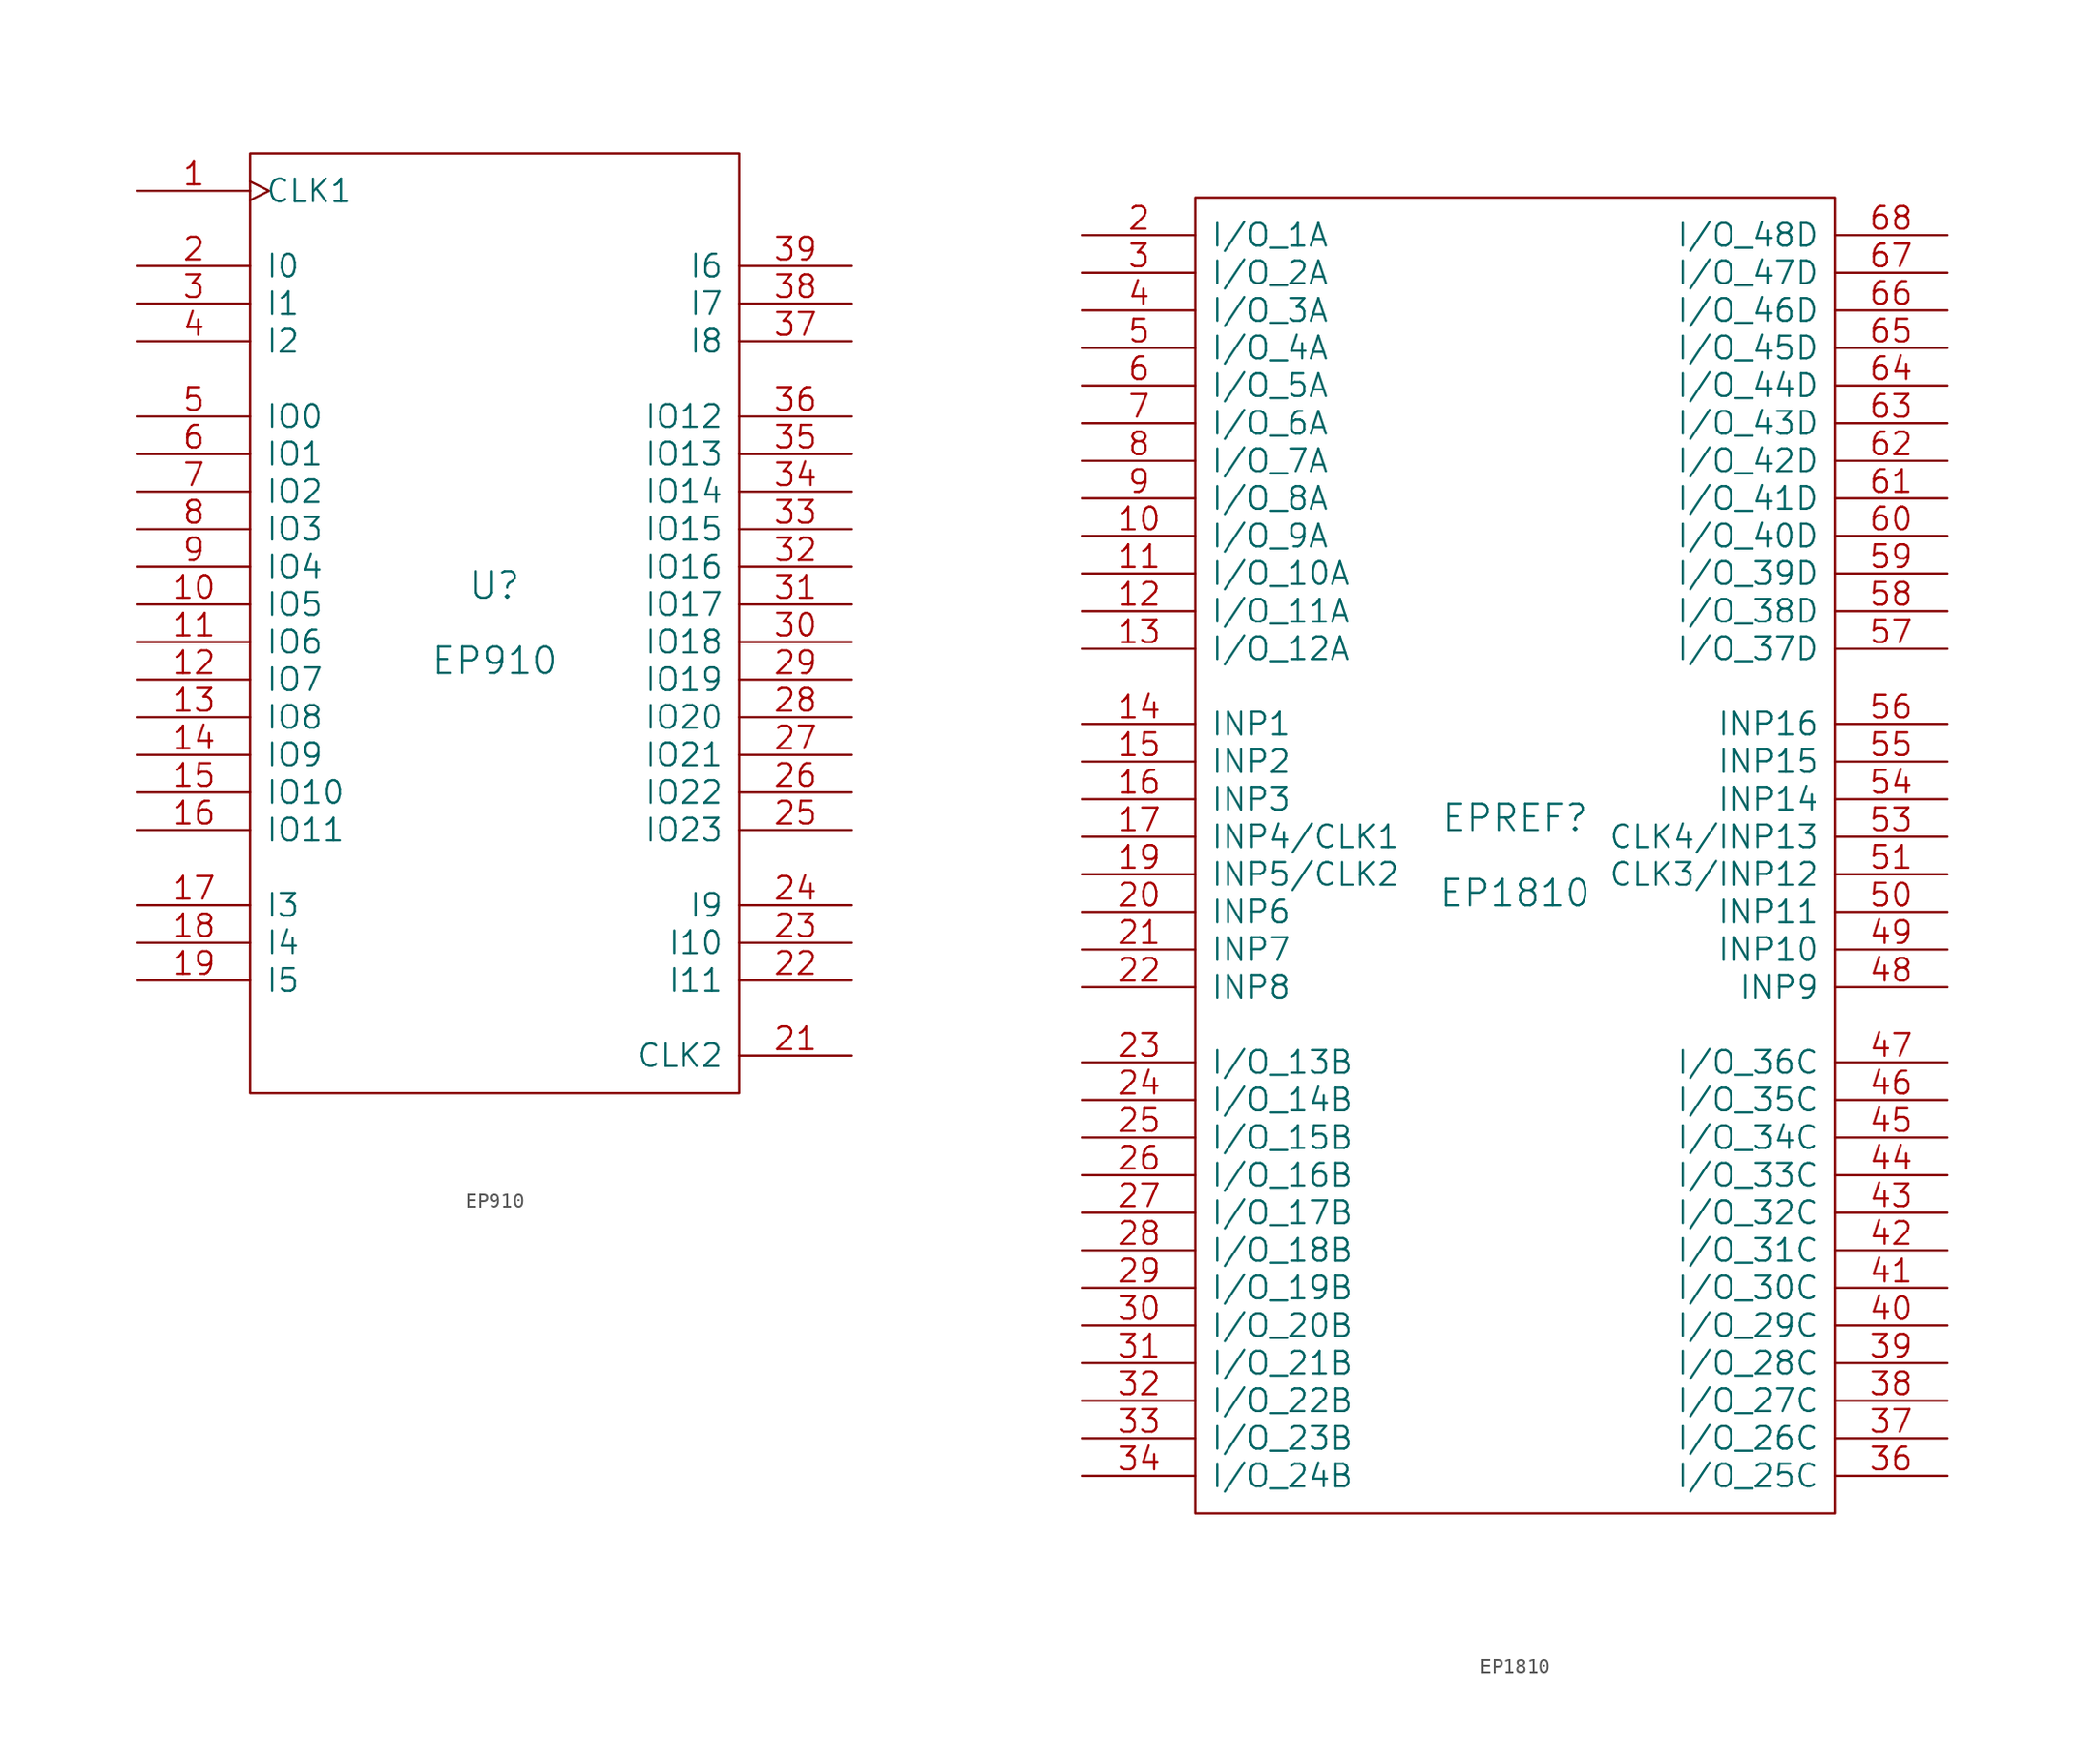
<source format=kicad_sym>
(kicad_symbol_lib
  (version 20211014)
  (generator kicad_symbol_editor)
  (symbol "EP910"
    (pin_names
      (offset 1.016))
    (property "Reference" "U"
      (at 0 2.54 0)
      (effects (font (size 1.778 1.778))))
    (property "Value" "EP910"
      (at 0 -2.54 0)
      (effects (font (size 1.778 1.778))))
    (property "Footprint" ""
      (at 0 0 0)
      (effects (font (size 1.524 1.524))))
    (property "Datasheet" ""
      (at 0 0 0)
      (effects (font (size 1.524 1.524))))
    (symbol "EP910_0_1"
      (rectangle (start -16.51 -31.75) (end 16.51 31.75) (stroke (width 0) (type default) (color 0 0 0 0)) (fill (type none))))
    (symbol "EP910_1_1"
      (pin input clock (at -24.13 29.21 0) (length 7.62) (name "CLK1" (effects (font (size 1.524 1.524)))) (number "1" (effects (font (size 1.524 1.524)))))
      (pin input line (at -24.13 1.27 0) (length 7.62) (name "IO5" (effects (font (size 1.524 1.524)))) (number "10" (effects (font (size 1.524 1.524)))))
      (pin input line (at -24.13 -1.27 0) (length 7.62) (name "IO6" (effects (font (size 1.524 1.524)))) (number "11" (effects (font (size 1.524 1.524)))))
      (pin input line (at -24.13 -3.81 0) (length 7.62) (name "IO7" (effects (font (size 1.524 1.524)))) (number "12" (effects (font (size 1.524 1.524)))))
      (pin input line (at -24.13 -6.35 0) (length 7.62) (name "IO8" (effects (font (size 1.524 1.524)))) (number "13" (effects (font (size 1.524 1.524)))))
      (pin input line (at -24.13 -8.89 0) (length 7.62) (name "IO9" (effects (font (size 1.524 1.524)))) (number "14" (effects (font (size 1.524 1.524)))))
      (pin input line (at -24.13 -11.43 0) (length 7.62) (name "IO10" (effects (font (size 1.524 1.524)))) (number "15" (effects (font (size 1.524 1.524)))))
      (pin input line (at -24.13 -13.97 0) (length 7.62) (name "IO11" (effects (font (size 1.524 1.524)))) (number "16" (effects (font (size 1.524 1.524)))))
      (pin input line (at -24.13 -19.05 0) (length 7.62) (name "I3" (effects (font (size 1.524 1.524)))) (number "17" (effects (font (size 1.524 1.524)))))
      (pin input line (at -24.13 -21.59 0) (length 7.62) (name "I4" (effects (font (size 1.524 1.524)))) (number "18" (effects (font (size 1.524 1.524)))))
      (pin input line (at -24.13 -24.13 0) (length 7.62) (name "I5" (effects (font (size 1.524 1.524)))) (number "19" (effects (font (size 1.524 1.524)))))
      (pin input line (at -24.13 24.13 0) (length 7.62) (name "I0" (effects (font (size 1.524 1.524)))) (number "2" (effects (font (size 1.524 1.524)))))
      (pin power_in line (at -16.51 -29.21 90) (length 0) hide (name "GND" (effects (font (size 1.524 1.524)))) (number "20" (effects (font (size 1.524 1.524)))))
      (pin input line (at 24.13 -29.21 180) (length 7.62) (name "CLK2" (effects (font (size 1.524 1.524)))) (number "21" (effects (font (size 1.524 1.524)))))
      (pin input line (at 24.13 -24.13 180) (length 7.62) (name "I11" (effects (font (size 1.524 1.524)))) (number "22" (effects (font (size 1.524 1.524)))))
      (pin input line (at 24.13 -21.59 180) (length 7.62) (name "I10" (effects (font (size 1.524 1.524)))) (number "23" (effects (font (size 1.524 1.524)))))
      (pin input line (at 24.13 -19.05 180) (length 7.62) (name "I9" (effects (font (size 1.524 1.524)))) (number "24" (effects (font (size 1.524 1.524)))))
      (pin input line (at 24.13 -13.97 180) (length 7.62) (name "IO23" (effects (font (size 1.524 1.524)))) (number "25" (effects (font (size 1.524 1.524)))))
      (pin input line (at 24.13 -11.43 180) (length 7.62) (name "IO22" (effects (font (size 1.524 1.524)))) (number "26" (effects (font (size 1.524 1.524)))))
      (pin input line (at 24.13 -8.89 180) (length 7.62) (name "IO21" (effects (font (size 1.524 1.524)))) (number "27" (effects (font (size 1.524 1.524)))))
      (pin input line (at 24.13 -6.35 180) (length 7.62) (name "IO20" (effects (font (size 1.524 1.524)))) (number "28" (effects (font (size 1.524 1.524)))))
      (pin input line (at 24.13 -3.81 180) (length 7.62) (name "IO19" (effects (font (size 1.524 1.524)))) (number "29" (effects (font (size 1.524 1.524)))))
      (pin input line (at -24.13 21.59 0) (length 7.62) (name "I1" (effects (font (size 1.524 1.524)))) (number "3" (effects (font (size 1.524 1.524)))))
      (pin input line (at 24.13 -1.27 180) (length 7.62) (name "IO18" (effects (font (size 1.524 1.524)))) (number "30" (effects (font (size 1.524 1.524)))))
      (pin input line (at 24.13 1.27 180) (length 7.62) (name "IO17" (effects (font (size 1.524 1.524)))) (number "31" (effects (font (size 1.524 1.524)))))
      (pin input line (at 24.13 3.81 180) (length 7.62) (name "IO16" (effects (font (size 1.524 1.524)))) (number "32" (effects (font (size 1.524 1.524)))))
      (pin input line (at 24.13 6.35 180) (length 7.62) (name "IO15" (effects (font (size 1.524 1.524)))) (number "33" (effects (font (size 1.524 1.524)))))
      (pin input line (at 24.13 8.89 180) (length 7.62) (name "IO14" (effects (font (size 1.524 1.524)))) (number "34" (effects (font (size 1.524 1.524)))))
      (pin input line (at 24.13 11.43 180) (length 7.62) (name "IO13" (effects (font (size 1.524 1.524)))) (number "35" (effects (font (size 1.524 1.524)))))
      (pin input line (at 24.13 13.97 180) (length 7.62) (name "IO12" (effects (font (size 1.524 1.524)))) (number "36" (effects (font (size 1.524 1.524)))))
      (pin input line (at 24.13 19.05 180) (length 7.62) (name "I8" (effects (font (size 1.524 1.524)))) (number "37" (effects (font (size 1.524 1.524)))))
      (pin input line (at 24.13 21.59 180) (length 7.62) (name "I7" (effects (font (size 1.524 1.524)))) (number "38" (effects (font (size 1.524 1.524)))))
      (pin input line (at 24.13 24.13 180) (length 7.62) (name "I6" (effects (font (size 1.524 1.524)))) (number "39" (effects (font (size 1.524 1.524)))))
      (pin input line (at -24.13 19.05 0) (length 7.62) (name "I2" (effects (font (size 1.524 1.524)))) (number "4" (effects (font (size 1.524 1.524)))))
      (pin power_in line (at 16.51 29.21 90) (length 0) hide (name "VCC" (effects (font (size 1.524 1.524)))) (number "40" (effects (font (size 1.524 1.524)))))
      (pin input line (at -24.13 13.97 0) (length 7.62) (name "IO0" (effects (font (size 1.524 1.524)))) (number "5" (effects (font (size 1.524 1.524)))))
      (pin input line (at -24.13 11.43 0) (length 7.62) (name "IO1" (effects (font (size 1.524 1.524)))) (number "6" (effects (font (size 1.524 1.524)))))
      (pin input line (at -24.13 8.89 0) (length 7.62) (name "IO2" (effects (font (size 1.524 1.524)))) (number "7" (effects (font (size 1.524 1.524)))))
      (pin input line (at -24.13 6.35 0) (length 7.62) (name "IO3" (effects (font (size 1.524 1.524)))) (number "8" (effects (font (size 1.524 1.524)))))
      (pin input line (at -24.13 3.81 0) (length 7.62) (name "IO4" (effects (font (size 1.524 1.524)))) (number "9" (effects (font (size 1.524 1.524)))))))
  (symbol "EP1810"
    (pin_names
      (offset 1.016))
    (property "Reference" "EPREF"
      (at 0 2.54 0)
      (effects (font (size 1.778 1.778))))
    (property "Value" "EP1810"
      (at 0 -2.54 0)
      (effects (font (size 1.778 1.778))))
    (property "Footprint" ""
      (at 0 0 0)
      (effects (font (size 1.524 1.524))))
    (property "Datasheet" ""
      (at 0 0 0)
      (effects (font (size 1.524 1.524))))
    (symbol "EP1810_0_1"
      (rectangle (start -21.59 -44.45) (end 21.59 44.45) (stroke (width 0) (type default) (color 0 0 0 0)) (fill (type none))))
    (symbol "EP1810_1_1"
      (pin power_in line (at -3.81 -44.45 90) (length 0) hide (name "GND" (effects (font (size 1.524 1.524)))) (number "1" (effects (font (size 1.524 1.524)))))
      (pin input line (at -29.21 21.59 0) (length 7.62) (name "I/O_9A" (effects (font (size 1.524 1.524)))) (number "10" (effects (font (size 1.524 1.524)))))
      (pin input line (at -29.21 19.05 0) (length 7.62) (name "I/O_10A" (effects (font (size 1.524 1.524)))) (number "11" (effects (font (size 1.524 1.524)))))
      (pin input line (at -29.21 16.51 0) (length 7.62) (name "I/O_11A" (effects (font (size 1.524 1.524)))) (number "12" (effects (font (size 1.524 1.524)))))
      (pin input line (at -29.21 13.97 0) (length 7.62) (name "I/O_12A" (effects (font (size 1.524 1.524)))) (number "13" (effects (font (size 1.524 1.524)))))
      (pin input line (at -29.21 8.89 0) (length 7.62) (name "INP1" (effects (font (size 1.524 1.524)))) (number "14" (effects (font (size 1.524 1.524)))))
      (pin input line (at -29.21 6.35 0) (length 7.62) (name "INP2" (effects (font (size 1.524 1.524)))) (number "15" (effects (font (size 1.524 1.524)))))
      (pin input line (at -29.21 3.81 0) (length 7.62) (name "INP3" (effects (font (size 1.524 1.524)))) (number "16" (effects (font (size 1.524 1.524)))))
      (pin input line (at -29.21 1.27 0) (length 7.62) (name "INP4/CLK1" (effects (font (size 1.524 1.524)))) (number "17" (effects (font (size 1.524 1.524)))))
      (pin power_in line (at -3.81 44.45 90) (length 0) hide (name "VCC" (effects (font (size 1.524 1.524)))) (number "18" (effects (font (size 1.524 1.524)))))
      (pin input line (at -29.21 -1.27 0) (length 7.62) (name "INP5/CLK2" (effects (font (size 1.524 1.524)))) (number "19" (effects (font (size 1.524 1.524)))))
      (pin input line (at -29.21 41.91 0) (length 7.62) (name "I/O_1A" (effects (font (size 1.524 1.524)))) (number "2" (effects (font (size 1.524 1.524)))))
      (pin input line (at -29.21 -3.81 0) (length 7.62) (name "INP6" (effects (font (size 1.524 1.524)))) (number "20" (effects (font (size 1.524 1.524)))))
      (pin input line (at -29.21 -6.35 0) (length 7.62) (name "INP7" (effects (font (size 1.524 1.524)))) (number "21" (effects (font (size 1.524 1.524)))))
      (pin input line (at -29.21 -8.89 0) (length 7.62) (name "INP8" (effects (font (size 1.524 1.524)))) (number "22" (effects (font (size 1.524 1.524)))))
      (pin input line (at -29.21 -13.97 0) (length 7.62) (name "I/O_13B" (effects (font (size 1.524 1.524)))) (number "23" (effects (font (size 1.524 1.524)))))
      (pin input line (at -29.21 -16.51 0) (length 7.62) (name "I/O_14B" (effects (font (size 1.524 1.524)))) (number "24" (effects (font (size 1.524 1.524)))))
      (pin input line (at -29.21 -19.05 0) (length 7.62) (name "I/O_15B" (effects (font (size 1.524 1.524)))) (number "25" (effects (font (size 1.524 1.524)))))
      (pin input line (at -29.21 -21.59 0) (length 7.62) (name "I/O_16B" (effects (font (size 1.524 1.524)))) (number "26" (effects (font (size 1.524 1.524)))))
      (pin input line (at -29.21 -24.13 0) (length 7.62) (name "I/O_17B" (effects (font (size 1.524 1.524)))) (number "27" (effects (font (size 1.524 1.524)))))
      (pin input line (at -29.21 -26.67 0) (length 7.62) (name "I/O_18B" (effects (font (size 1.524 1.524)))) (number "28" (effects (font (size 1.524 1.524)))))
      (pin input line (at -29.21 -29.21 0) (length 7.62) (name "I/O_19B" (effects (font (size 1.524 1.524)))) (number "29" (effects (font (size 1.524 1.524)))))
      (pin input line (at -29.21 39.37 0) (length 7.62) (name "I/O_2A" (effects (font (size 1.524 1.524)))) (number "3" (effects (font (size 1.524 1.524)))))
      (pin input line (at -29.21 -31.75 0) (length 7.62) (name "I/O_20B" (effects (font (size 1.524 1.524)))) (number "30" (effects (font (size 1.524 1.524)))))
      (pin input line (at -29.21 -34.29 0) (length 7.62) (name "I/O_21B" (effects (font (size 1.524 1.524)))) (number "31" (effects (font (size 1.524 1.524)))))
      (pin input line (at -29.21 -36.83 0) (length 7.62) (name "I/O_22B" (effects (font (size 1.524 1.524)))) (number "32" (effects (font (size 1.524 1.524)))))
      (pin input line (at -29.21 -39.37 0) (length 7.62) (name "I/O_23B" (effects (font (size 1.524 1.524)))) (number "33" (effects (font (size 1.524 1.524)))))
      (pin input line (at -29.21 -41.91 0) (length 7.62) (name "I/O_24B" (effects (font (size 1.524 1.524)))) (number "34" (effects (font (size 1.524 1.524)))))
      (pin power_in line (at -1.27 -44.45 90) (length 0) hide (name "GND" (effects (font (size 1.524 1.524)))) (number "35" (effects (font (size 1.524 1.524)))))
      (pin input line (at 29.21 -41.91 180) (length 7.62) (name "I/O_25C" (effects (font (size 1.524 1.524)))) (number "36" (effects (font (size 1.524 1.524)))))
      (pin input line (at 29.21 -39.37 180) (length 7.62) (name "I/O_26C" (effects (font (size 1.524 1.524)))) (number "37" (effects (font (size 1.524 1.524)))))
      (pin input line (at 29.21 -36.83 180) (length 7.62) (name "I/O_27C" (effects (font (size 1.524 1.524)))) (number "38" (effects (font (size 1.524 1.524)))))
      (pin input line (at 29.21 -34.29 180) (length 7.62) (name "I/O_28C" (effects (font (size 1.524 1.524)))) (number "39" (effects (font (size 1.524 1.524)))))
      (pin input line (at -29.21 36.83 0) (length 7.62) (name "I/O_3A" (effects (font (size 1.524 1.524)))) (number "4" (effects (font (size 1.524 1.524)))))
      (pin input line (at 29.21 -31.75 180) (length 7.62) (name "I/O_29C" (effects (font (size 1.524 1.524)))) (number "40" (effects (font (size 1.524 1.524)))))
      (pin input line (at 29.21 -29.21 180) (length 7.62) (name "I/O_30C" (effects (font (size 1.524 1.524)))) (number "41" (effects (font (size 1.524 1.524)))))
      (pin input line (at 29.21 -26.67 180) (length 7.62) (name "I/O_31C" (effects (font (size 1.524 1.524)))) (number "42" (effects (font (size 1.524 1.524)))))
      (pin input line (at 29.21 -24.13 180) (length 7.62) (name "I/O_32C" (effects (font (size 1.524 1.524)))) (number "43" (effects (font (size 1.524 1.524)))))
      (pin input line (at 29.21 -21.59 180) (length 7.62) (name "I/O_33C" (effects (font (size 1.524 1.524)))) (number "44" (effects (font (size 1.524 1.524)))))
      (pin input line (at 29.21 -19.05 180) (length 7.62) (name "I/O_34C" (effects (font (size 1.524 1.524)))) (number "45" (effects (font (size 1.524 1.524)))))
      (pin input line (at 29.21 -16.51 180) (length 7.62) (name "I/O_35C" (effects (font (size 1.524 1.524)))) (number "46" (effects (font (size 1.524 1.524)))))
      (pin input line (at 29.21 -13.97 180) (length 7.62) (name "I/O_36C" (effects (font (size 1.524 1.524)))) (number "47" (effects (font (size 1.524 1.524)))))
      (pin input line (at 29.21 -8.89 180) (length 7.62) (name "INP9" (effects (font (size 1.524 1.524)))) (number "48" (effects (font (size 1.524 1.524)))))
      (pin input line (at 29.21 -6.35 180) (length 7.62) (name "INP10" (effects (font (size 1.524 1.524)))) (number "49" (effects (font (size 1.524 1.524)))))
      (pin input line (at -29.21 34.29 0) (length 7.62) (name "I/O_4A" (effects (font (size 1.524 1.524)))) (number "5" (effects (font (size 1.524 1.524)))))
      (pin input line (at 29.21 -3.81 180) (length 7.62) (name "INP11" (effects (font (size 1.524 1.524)))) (number "50" (effects (font (size 1.524 1.524)))))
      (pin input line (at 29.21 -1.27 180) (length 7.62) (name "CLK3/INP12" (effects (font (size 1.524 1.524)))) (number "51" (effects (font (size 1.524 1.524)))))
      (pin power_in line (at -1.27 44.45 90) (length 0) hide (name "VCC" (effects (font (size 1.524 1.524)))) (number "52" (effects (font (size 1.524 1.524)))))
      (pin input line (at 29.21 1.27 180) (length 7.62) (name "CLK4/INP13" (effects (font (size 1.524 1.524)))) (number "53" (effects (font (size 1.524 1.524)))))
      (pin input line (at 29.21 3.81 180) (length 7.62) (name "INP14" (effects (font (size 1.524 1.524)))) (number "54" (effects (font (size 1.524 1.524)))))
      (pin input line (at 29.21 6.35 180) (length 7.62) (name "INP15" (effects (font (size 1.524 1.524)))) (number "55" (effects (font (size 1.524 1.524)))))
      (pin input line (at 29.21 8.89 180) (length 7.62) (name "INP16" (effects (font (size 1.524 1.524)))) (number "56" (effects (font (size 1.524 1.524)))))
      (pin input line (at 29.21 13.97 180) (length 7.62) (name "I/O_37D" (effects (font (size 1.524 1.524)))) (number "57" (effects (font (size 1.524 1.524)))))
      (pin input line (at 29.21 16.51 180) (length 7.62) (name "I/O_38D" (effects (font (size 1.524 1.524)))) (number "58" (effects (font (size 1.524 1.524)))))
      (pin input line (at 29.21 19.05 180) (length 7.62) (name "I/O_39D" (effects (font (size 1.524 1.524)))) (number "59" (effects (font (size 1.524 1.524)))))
      (pin input line (at -29.21 31.75 0) (length 7.62) (name "I/O_5A" (effects (font (size 1.524 1.524)))) (number "6" (effects (font (size 1.524 1.524)))))
      (pin input line (at 29.21 21.59 180) (length 7.62) (name "I/O_40D" (effects (font (size 1.524 1.524)))) (number "60" (effects (font (size 1.524 1.524)))))
      (pin input line (at 29.21 24.13 180) (length 7.62) (name "I/O_41D" (effects (font (size 1.524 1.524)))) (number "61" (effects (font (size 1.524 1.524)))))
      (pin input line (at 29.21 26.67 180) (length 7.62) (name "I/O_42D" (effects (font (size 1.524 1.524)))) (number "62" (effects (font (size 1.524 1.524)))))
      (pin input line (at 29.21 29.21 180) (length 7.62) (name "I/O_43D" (effects (font (size 1.524 1.524)))) (number "63" (effects (font (size 1.524 1.524)))))
      (pin input line (at 29.21 31.75 180) (length 7.62) (name "I/O_44D" (effects (font (size 1.524 1.524)))) (number "64" (effects (font (size 1.524 1.524)))))
      (pin input line (at 29.21 34.29 180) (length 7.62) (name "I/O_45D" (effects (font (size 1.524 1.524)))) (number "65" (effects (font (size 1.524 1.524)))))
      (pin input line (at 29.21 36.83 180) (length 7.62) (name "I/O_46D" (effects (font (size 1.524 1.524)))) (number "66" (effects (font (size 1.524 1.524)))))
      (pin input line (at 29.21 39.37 180) (length 7.62) (name "I/O_47D" (effects (font (size 1.524 1.524)))) (number "67" (effects (font (size 1.524 1.524)))))
      (pin input line (at 29.21 41.91 180) (length 7.62) (name "I/O_48D" (effects (font (size 1.524 1.524)))) (number "68" (effects (font (size 1.524 1.524)))))
      (pin input line (at -29.21 29.21 0) (length 7.62) (name "I/O_6A" (effects (font (size 1.524 1.524)))) (number "7" (effects (font (size 1.524 1.524)))))
      (pin input line (at -29.21 26.67 0) (length 7.62) (name "I/O_7A" (effects (font (size 1.524 1.524)))) (number "8" (effects (font (size 1.524 1.524)))))
      (pin input line (at -29.21 24.13 0) (length 7.62) (name "I/O_8A" (effects (font (size 1.524 1.524)))) (number "9" (effects (font (size 1.524 1.524))))))))
</source>
